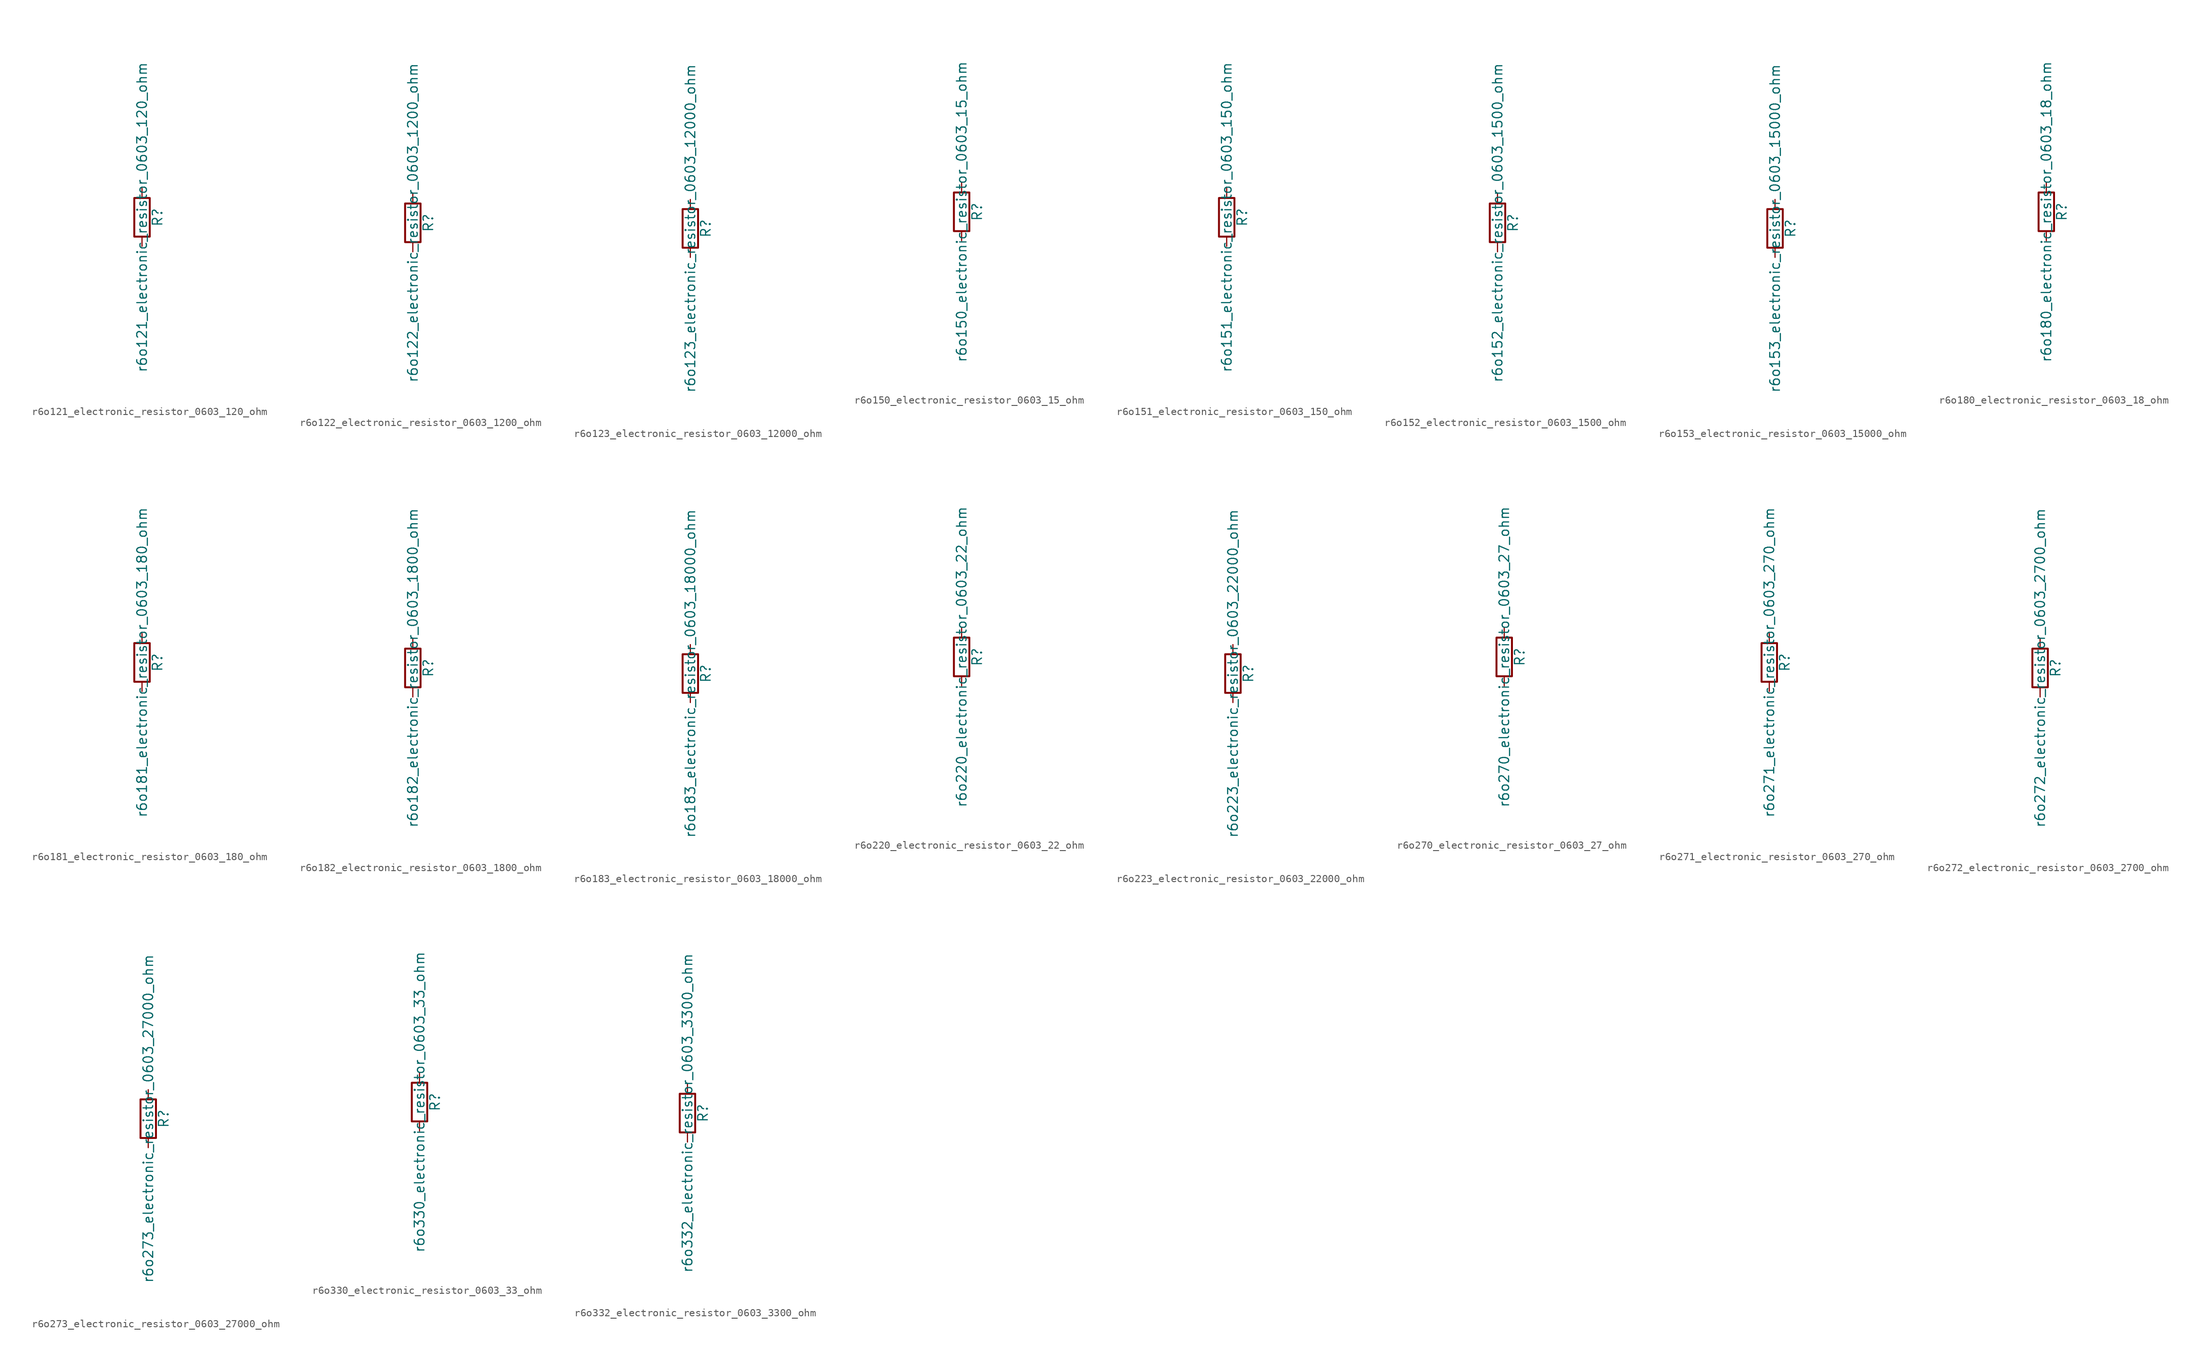
<source format=kicad_sym>
(kicad_symbol_lib
  (version 20220914)
  (generator kicad_symbol_editor)
  (symbol "r6o121_electronic_resistor_0603_120_ohm"
    (pin_numbers hide)
    (pin_names
      (offset 0))
    (property "Reference" "R"
      (at 2.032 0 90)
      (effects (font (size 1.27 1.27))))
    (property "Value" "r6o121_electronic_resistor_0603_120_ohm"
      (at 0 0 90)
      (effects (font (size 1.27 1.27))))
    (symbol "r6o121_electronic_resistor_0603_120_ohm_0_1"
      (rectangle (start -1.016 -2.54) (end 1.016 2.54) (stroke (width 0.254) (type default)) (fill (type none))))
    (symbol "r6o121_electronic_resistor_0603_120_ohm_1_1"
      (pin passive line (at 0 3.81 270) (length 1.27) (name "~" (effects (font (size 1.27 1.27)))) (number "1" (effects (font (size 1.27 1.27)))))
      (pin passive line (at 0 -3.81 90) (length 1.27) (name "~" (effects (font (size 1.27 1.27)))) (number "2" (effects (font (size 1.27 1.27)))))))
  (symbol "r6o122_electronic_resistor_0603_1200_ohm"
    (pin_numbers hide)
    (pin_names
      (offset 0))
    (property "Reference" "R"
      (at 2.032 0 90)
      (effects (font (size 1.27 1.27))))
    (property "Value" "r6o122_electronic_resistor_0603_1200_ohm"
      (at 0 0 90)
      (effects (font (size 1.27 1.27))))
    (symbol "r6o122_electronic_resistor_0603_1200_ohm_0_1"
      (rectangle (start -1.016 -2.54) (end 1.016 2.54) (stroke (width 0.254) (type default)) (fill (type none))))
    (symbol "r6o122_electronic_resistor_0603_1200_ohm_1_1"
      (pin passive line (at 0 3.81 270) (length 1.27) (name "~" (effects (font (size 1.27 1.27)))) (number "1" (effects (font (size 1.27 1.27)))))
      (pin passive line (at 0 -3.81 90) (length 1.27) (name "~" (effects (font (size 1.27 1.27)))) (number "2" (effects (font (size 1.27 1.27)))))))
  (symbol "r6o123_electronic_resistor_0603_12000_ohm"
    (pin_numbers hide)
    (pin_names
      (offset 0))
    (property "Reference" "R"
      (at 2.032 0 90)
      (effects (font (size 1.27 1.27))))
    (property "Value" "r6o123_electronic_resistor_0603_12000_ohm"
      (at 0 0 90)
      (effects (font (size 1.27 1.27))))
    (symbol "r6o123_electronic_resistor_0603_12000_ohm_0_1"
      (rectangle (start -1.016 -2.54) (end 1.016 2.54) (stroke (width 0.254) (type default)) (fill (type none))))
    (symbol "r6o123_electronic_resistor_0603_12000_ohm_1_1"
      (pin passive line (at 0 3.81 270) (length 1.27) (name "~" (effects (font (size 1.27 1.27)))) (number "1" (effects (font (size 1.27 1.27)))))
      (pin passive line (at 0 -3.81 90) (length 1.27) (name "~" (effects (font (size 1.27 1.27)))) (number "2" (effects (font (size 1.27 1.27)))))))
  (symbol "r6o150_electronic_resistor_0603_15_ohm"
    (pin_numbers hide)
    (pin_names
      (offset 0))
    (property "Reference" "R"
      (at 2.032 0 90)
      (effects (font (size 1.27 1.27))))
    (property "Value" "r6o150_electronic_resistor_0603_15_ohm"
      (at 0 0 90)
      (effects (font (size 1.27 1.27))))
    (symbol "r6o150_electronic_resistor_0603_15_ohm_0_1"
      (rectangle (start -1.016 -2.54) (end 1.016 2.54) (stroke (width 0.254) (type default)) (fill (type none))))
    (symbol "r6o150_electronic_resistor_0603_15_ohm_1_1"
      (pin passive line (at 0 3.81 270) (length 1.27) (name "~" (effects (font (size 1.27 1.27)))) (number "1" (effects (font (size 1.27 1.27)))))
      (pin passive line (at 0 -3.81 90) (length 1.27) (name "~" (effects (font (size 1.27 1.27)))) (number "2" (effects (font (size 1.27 1.27)))))))
  (symbol "r6o151_electronic_resistor_0603_150_ohm"
    (pin_numbers hide)
    (pin_names
      (offset 0))
    (property "Reference" "R"
      (at 2.032 0 90)
      (effects (font (size 1.27 1.27))))
    (property "Value" "r6o151_electronic_resistor_0603_150_ohm"
      (at 0 0 90)
      (effects (font (size 1.27 1.27))))
    (symbol "r6o151_electronic_resistor_0603_150_ohm_0_1"
      (rectangle (start -1.016 -2.54) (end 1.016 2.54) (stroke (width 0.254) (type default)) (fill (type none))))
    (symbol "r6o151_electronic_resistor_0603_150_ohm_1_1"
      (pin passive line (at 0 3.81 270) (length 1.27) (name "~" (effects (font (size 1.27 1.27)))) (number "1" (effects (font (size 1.27 1.27)))))
      (pin passive line (at 0 -3.81 90) (length 1.27) (name "~" (effects (font (size 1.27 1.27)))) (number "2" (effects (font (size 1.27 1.27)))))))
  (symbol "r6o152_electronic_resistor_0603_1500_ohm"
    (pin_numbers hide)
    (pin_names
      (offset 0))
    (property "Reference" "R"
      (at 2.032 0 90)
      (effects (font (size 1.27 1.27))))
    (property "Value" "r6o152_electronic_resistor_0603_1500_ohm"
      (at 0 0 90)
      (effects (font (size 1.27 1.27))))
    (symbol "r6o152_electronic_resistor_0603_1500_ohm_0_1"
      (rectangle (start -1.016 -2.54) (end 1.016 2.54) (stroke (width 0.254) (type default)) (fill (type none))))
    (symbol "r6o152_electronic_resistor_0603_1500_ohm_1_1"
      (pin passive line (at 0 3.81 270) (length 1.27) (name "~" (effects (font (size 1.27 1.27)))) (number "1" (effects (font (size 1.27 1.27)))))
      (pin passive line (at 0 -3.81 90) (length 1.27) (name "~" (effects (font (size 1.27 1.27)))) (number "2" (effects (font (size 1.27 1.27)))))))
  (symbol "r6o153_electronic_resistor_0603_15000_ohm"
    (pin_numbers hide)
    (pin_names
      (offset 0))
    (property "Reference" "R"
      (at 2.032 0 90)
      (effects (font (size 1.27 1.27))))
    (property "Value" "r6o153_electronic_resistor_0603_15000_ohm"
      (at 0 0 90)
      (effects (font (size 1.27 1.27))))
    (symbol "r6o153_electronic_resistor_0603_15000_ohm_0_1"
      (rectangle (start -1.016 -2.54) (end 1.016 2.54) (stroke (width 0.254) (type default)) (fill (type none))))
    (symbol "r6o153_electronic_resistor_0603_15000_ohm_1_1"
      (pin passive line (at 0 3.81 270) (length 1.27) (name "~" (effects (font (size 1.27 1.27)))) (number "1" (effects (font (size 1.27 1.27)))))
      (pin passive line (at 0 -3.81 90) (length 1.27) (name "~" (effects (font (size 1.27 1.27)))) (number "2" (effects (font (size 1.27 1.27)))))))
  (symbol "r6o180_electronic_resistor_0603_18_ohm"
    (pin_numbers hide)
    (pin_names
      (offset 0))
    (property "Reference" "R"
      (at 2.032 0 90)
      (effects (font (size 1.27 1.27))))
    (property "Value" "r6o180_electronic_resistor_0603_18_ohm"
      (at 0 0 90)
      (effects (font (size 1.27 1.27))))
    (symbol "r6o180_electronic_resistor_0603_18_ohm_0_1"
      (rectangle (start -1.016 -2.54) (end 1.016 2.54) (stroke (width 0.254) (type default)) (fill (type none))))
    (symbol "r6o180_electronic_resistor_0603_18_ohm_1_1"
      (pin passive line (at 0 3.81 270) (length 1.27) (name "~" (effects (font (size 1.27 1.27)))) (number "1" (effects (font (size 1.27 1.27)))))
      (pin passive line (at 0 -3.81 90) (length 1.27) (name "~" (effects (font (size 1.27 1.27)))) (number "2" (effects (font (size 1.27 1.27)))))))
  (symbol "r6o181_electronic_resistor_0603_180_ohm"
    (pin_numbers hide)
    (pin_names
      (offset 0))
    (property "Reference" "R"
      (at 2.032 0 90)
      (effects (font (size 1.27 1.27))))
    (property "Value" "r6o181_electronic_resistor_0603_180_ohm"
      (at 0 0 90)
      (effects (font (size 1.27 1.27))))
    (symbol "r6o181_electronic_resistor_0603_180_ohm_0_1"
      (rectangle (start -1.016 -2.54) (end 1.016 2.54) (stroke (width 0.254) (type default)) (fill (type none))))
    (symbol "r6o181_electronic_resistor_0603_180_ohm_1_1"
      (pin passive line (at 0 3.81 270) (length 1.27) (name "~" (effects (font (size 1.27 1.27)))) (number "1" (effects (font (size 1.27 1.27)))))
      (pin passive line (at 0 -3.81 90) (length 1.27) (name "~" (effects (font (size 1.27 1.27)))) (number "2" (effects (font (size 1.27 1.27)))))))
  (symbol "r6o182_electronic_resistor_0603_1800_ohm"
    (pin_numbers hide)
    (pin_names
      (offset 0))
    (property "Reference" "R"
      (at 2.032 0 90)
      (effects (font (size 1.27 1.27))))
    (property "Value" "r6o182_electronic_resistor_0603_1800_ohm"
      (at 0 0 90)
      (effects (font (size 1.27 1.27))))
    (symbol "r6o182_electronic_resistor_0603_1800_ohm_0_1"
      (rectangle (start -1.016 -2.54) (end 1.016 2.54) (stroke (width 0.254) (type default)) (fill (type none))))
    (symbol "r6o182_electronic_resistor_0603_1800_ohm_1_1"
      (pin passive line (at 0 3.81 270) (length 1.27) (name "~" (effects (font (size 1.27 1.27)))) (number "1" (effects (font (size 1.27 1.27)))))
      (pin passive line (at 0 -3.81 90) (length 1.27) (name "~" (effects (font (size 1.27 1.27)))) (number "2" (effects (font (size 1.27 1.27)))))))
  (symbol "r6o183_electronic_resistor_0603_18000_ohm"
    (pin_numbers hide)
    (pin_names
      (offset 0))
    (property "Reference" "R"
      (at 2.032 0 90)
      (effects (font (size 1.27 1.27))))
    (property "Value" "r6o183_electronic_resistor_0603_18000_ohm"
      (at 0 0 90)
      (effects (font (size 1.27 1.27))))
    (symbol "r6o183_electronic_resistor_0603_18000_ohm_0_1"
      (rectangle (start -1.016 -2.54) (end 1.016 2.54) (stroke (width 0.254) (type default)) (fill (type none))))
    (symbol "r6o183_electronic_resistor_0603_18000_ohm_1_1"
      (pin passive line (at 0 3.81 270) (length 1.27) (name "~" (effects (font (size 1.27 1.27)))) (number "1" (effects (font (size 1.27 1.27)))))
      (pin passive line (at 0 -3.81 90) (length 1.27) (name "~" (effects (font (size 1.27 1.27)))) (number "2" (effects (font (size 1.27 1.27)))))))
  (symbol "r6o220_electronic_resistor_0603_22_ohm"
    (pin_numbers hide)
    (pin_names
      (offset 0))
    (property "Reference" "R"
      (at 2.032 0 90)
      (effects (font (size 1.27 1.27))))
    (property "Value" "r6o220_electronic_resistor_0603_22_ohm"
      (at 0 0 90)
      (effects (font (size 1.27 1.27))))
    (symbol "r6o220_electronic_resistor_0603_22_ohm_0_1"
      (rectangle (start -1.016 -2.54) (end 1.016 2.54) (stroke (width 0.254) (type default)) (fill (type none))))
    (symbol "r6o220_electronic_resistor_0603_22_ohm_1_1"
      (pin passive line (at 0 3.81 270) (length 1.27) (name "~" (effects (font (size 1.27 1.27)))) (number "1" (effects (font (size 1.27 1.27)))))
      (pin passive line (at 0 -3.81 90) (length 1.27) (name "~" (effects (font (size 1.27 1.27)))) (number "2" (effects (font (size 1.27 1.27)))))))
  (symbol "r6o223_electronic_resistor_0603_22000_ohm"
    (pin_numbers hide)
    (pin_names
      (offset 0))
    (property "Reference" "R"
      (at 2.032 0 90)
      (effects (font (size 1.27 1.27))))
    (property "Value" "r6o223_electronic_resistor_0603_22000_ohm"
      (at 0 0 90)
      (effects (font (size 1.27 1.27))))
    (symbol "r6o223_electronic_resistor_0603_22000_ohm_0_1"
      (rectangle (start -1.016 -2.54) (end 1.016 2.54) (stroke (width 0.254) (type default)) (fill (type none))))
    (symbol "r6o223_electronic_resistor_0603_22000_ohm_1_1"
      (pin passive line (at 0 3.81 270) (length 1.27) (name "~" (effects (font (size 1.27 1.27)))) (number "1" (effects (font (size 1.27 1.27)))))
      (pin passive line (at 0 -3.81 90) (length 1.27) (name "~" (effects (font (size 1.27 1.27)))) (number "2" (effects (font (size 1.27 1.27)))))))
  (symbol "r6o270_electronic_resistor_0603_27_ohm"
    (pin_numbers hide)
    (pin_names
      (offset 0))
    (property "Reference" "R"
      (at 2.032 0 90)
      (effects (font (size 1.27 1.27))))
    (property "Value" "r6o270_electronic_resistor_0603_27_ohm"
      (at 0 0 90)
      (effects (font (size 1.27 1.27))))
    (symbol "r6o270_electronic_resistor_0603_27_ohm_0_1"
      (rectangle (start -1.016 -2.54) (end 1.016 2.54) (stroke (width 0.254) (type default)) (fill (type none))))
    (symbol "r6o270_electronic_resistor_0603_27_ohm_1_1"
      (pin passive line (at 0 3.81 270) (length 1.27) (name "~" (effects (font (size 1.27 1.27)))) (number "1" (effects (font (size 1.27 1.27)))))
      (pin passive line (at 0 -3.81 90) (length 1.27) (name "~" (effects (font (size 1.27 1.27)))) (number "2" (effects (font (size 1.27 1.27)))))))
  (symbol "r6o271_electronic_resistor_0603_270_ohm"
    (pin_numbers hide)
    (pin_names
      (offset 0))
    (property "Reference" "R"
      (at 2.032 0 90)
      (effects (font (size 1.27 1.27))))
    (property "Value" "r6o271_electronic_resistor_0603_270_ohm"
      (at 0 0 90)
      (effects (font (size 1.27 1.27))))
    (symbol "r6o271_electronic_resistor_0603_270_ohm_0_1"
      (rectangle (start -1.016 -2.54) (end 1.016 2.54) (stroke (width 0.254) (type default)) (fill (type none))))
    (symbol "r6o271_electronic_resistor_0603_270_ohm_1_1"
      (pin passive line (at 0 3.81 270) (length 1.27) (name "~" (effects (font (size 1.27 1.27)))) (number "1" (effects (font (size 1.27 1.27)))))
      (pin passive line (at 0 -3.81 90) (length 1.27) (name "~" (effects (font (size 1.27 1.27)))) (number "2" (effects (font (size 1.27 1.27)))))))
  (symbol "r6o272_electronic_resistor_0603_2700_ohm"
    (pin_numbers hide)
    (pin_names
      (offset 0))
    (property "Reference" "R"
      (at 2.032 0 90)
      (effects (font (size 1.27 1.27))))
    (property "Value" "r6o272_electronic_resistor_0603_2700_ohm"
      (at 0 0 90)
      (effects (font (size 1.27 1.27))))
    (symbol "r6o272_electronic_resistor_0603_2700_ohm_0_1"
      (rectangle (start -1.016 -2.54) (end 1.016 2.54) (stroke (width 0.254) (type default)) (fill (type none))))
    (symbol "r6o272_electronic_resistor_0603_2700_ohm_1_1"
      (pin passive line (at 0 3.81 270) (length 1.27) (name "~" (effects (font (size 1.27 1.27)))) (number "1" (effects (font (size 1.27 1.27)))))
      (pin passive line (at 0 -3.81 90) (length 1.27) (name "~" (effects (font (size 1.27 1.27)))) (number "2" (effects (font (size 1.27 1.27)))))))
  (symbol "r6o273_electronic_resistor_0603_27000_ohm"
    (pin_numbers hide)
    (pin_names
      (offset 0))
    (property "Reference" "R"
      (at 2.032 0 90)
      (effects (font (size 1.27 1.27))))
    (property "Value" "r6o273_electronic_resistor_0603_27000_ohm"
      (at 0 0 90)
      (effects (font (size 1.27 1.27))))
    (symbol "r6o273_electronic_resistor_0603_27000_ohm_0_1"
      (rectangle (start -1.016 -2.54) (end 1.016 2.54) (stroke (width 0.254) (type default)) (fill (type none))))
    (symbol "r6o273_electronic_resistor_0603_27000_ohm_1_1"
      (pin passive line (at 0 3.81 270) (length 1.27) (name "~" (effects (font (size 1.27 1.27)))) (number "1" (effects (font (size 1.27 1.27)))))
      (pin passive line (at 0 -3.81 90) (length 1.27) (name "~" (effects (font (size 1.27 1.27)))) (number "2" (effects (font (size 1.27 1.27)))))))
  (symbol "r6o330_electronic_resistor_0603_33_ohm"
    (pin_numbers hide)
    (pin_names
      (offset 0))
    (property "Reference" "R"
      (at 2.032 0 90)
      (effects (font (size 1.27 1.27))))
    (property "Value" "r6o330_electronic_resistor_0603_33_ohm"
      (at 0 0 90)
      (effects (font (size 1.27 1.27))))
    (symbol "r6o330_electronic_resistor_0603_33_ohm_0_1"
      (rectangle (start -1.016 -2.54) (end 1.016 2.54) (stroke (width 0.254) (type default)) (fill (type none))))
    (symbol "r6o330_electronic_resistor_0603_33_ohm_1_1"
      (pin passive line (at 0 3.81 270) (length 1.27) (name "~" (effects (font (size 1.27 1.27)))) (number "1" (effects (font (size 1.27 1.27)))))
      (pin passive line (at 0 -3.81 90) (length 1.27) (name "~" (effects (font (size 1.27 1.27)))) (number "2" (effects (font (size 1.27 1.27)))))))
  (symbol "r6o332_electronic_resistor_0603_3300_ohm"
    (pin_numbers hide)
    (pin_names
      (offset 0))
    (property "Reference" "R"
      (at 2.032 0 90)
      (effects (font (size 1.27 1.27))))
    (property "Value" "r6o332_electronic_resistor_0603_3300_ohm"
      (at 0 0 90)
      (effects (font (size 1.27 1.27))))
    (symbol "r6o332_electronic_resistor_0603_3300_ohm_0_1"
      (rectangle (start -1.016 -2.54) (end 1.016 2.54) (stroke (width 0.254) (type default)) (fill (type none))))
    (symbol "r6o332_electronic_resistor_0603_3300_ohm_1_1"
      (pin passive line (at 0 3.81 270) (length 1.27) (name "~" (effects (font (size 1.27 1.27)))) (number "1" (effects (font (size 1.27 1.27)))))
      (pin passive line (at 0 -3.81 90) (length 1.27) (name "~" (effects (font (size 1.27 1.27)))) (number "2" (effects (font (size 1.27 1.27))))))))
</source>
